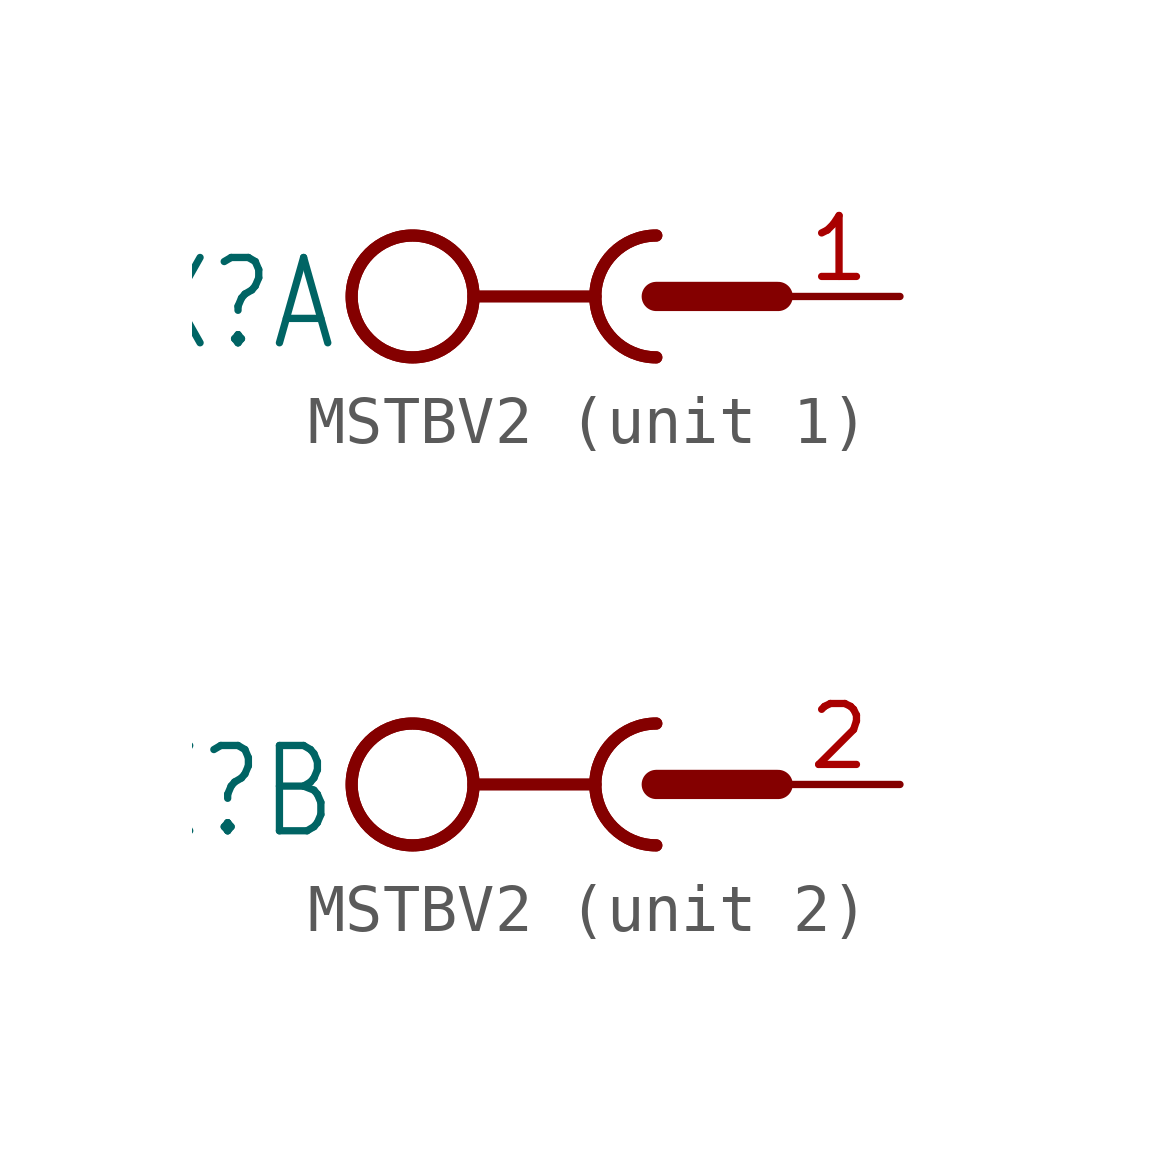
<source format=kicad_sym>
(kicad_symbol_lib
  (version 20231120)
  (generator "kicad_symbol_editor")
  (generator_version "8.0")
  (symbol "MSTBV2"
    (property "Reference" "X"
      (at -6.604 0.889 0)
      (effects (font (size 1.778 1.511)) (justify right top)))
    (property "ki_locked" ""
      (at 0 0 0)
      (effects (font (size 1.27 1.27))))
    (symbol "MSTBV2_1_0"
      (circle (center -5.08 0) (radius 1.27) (stroke (width 0.254) (type solid)) (fill (type none)))
      (circle (center -5.08 0) (radius 1.27) (stroke (width 0.254) (type solid)) (fill (type none)))
      (arc (start -1.27 0) (mid -0.898 -0.898) (end 0 -1.27) (stroke (width 0.254) (type solid)) (fill (type none)))
      (polyline (pts (xy -3.81 0) (xy -1.27 0)) (stroke (width 0.254) (type solid)) (fill (type none)))
      (polyline (pts (xy 0 0) (xy 2.54 0)) (stroke (width 0.61) (type solid)) (fill (type none)))
      (arc (start 0 1.27) (mid -0.898 0.898) (end -1.27 0) (stroke (width 0.254) (type solid)) (fill (type none)))
      (arc (start 0 1.27) (mid -1.27 0) (end 0 -1.27) (stroke (width 0.254) (type solid)) (fill (type none)))
      (pin passive line (at 5.08 0 180) (length 2.54) (name "1" (effects (font (size 0 0)))) (number "1" (effects (font (size 1.27 1.27))))))
    (symbol "MSTBV2_2_0"
      (circle (center -5.08 0) (radius 1.27) (stroke (width 0.254) (type solid)) (fill (type none)))
      (circle (center -5.08 0) (radius 1.27) (stroke (width 0.254) (type solid)) (fill (type none)))
      (arc (start -1.27 0) (mid -0.898 -0.898) (end 0 -1.27) (stroke (width 0.254) (type solid)) (fill (type none)))
      (polyline (pts (xy -3.81 0) (xy -1.27 0)) (stroke (width 0.254) (type solid)) (fill (type none)))
      (polyline (pts (xy 0 0) (xy 2.54 0)) (stroke (width 0.61) (type solid)) (fill (type none)))
      (arc (start 0 1.27) (mid -0.898 0.898) (end -1.27 0) (stroke (width 0.254) (type solid)) (fill (type none)))
      (arc (start 0 1.27) (mid -1.27 0) (end 0 -1.27) (stroke (width 0.254) (type solid)) (fill (type none)))
      (pin passive line (at 5.08 0 180) (length 2.54) (name "1" (effects (font (size 0 0)))) (number "2" (effects (font (size 1.27 1.27))))))))
</source>
